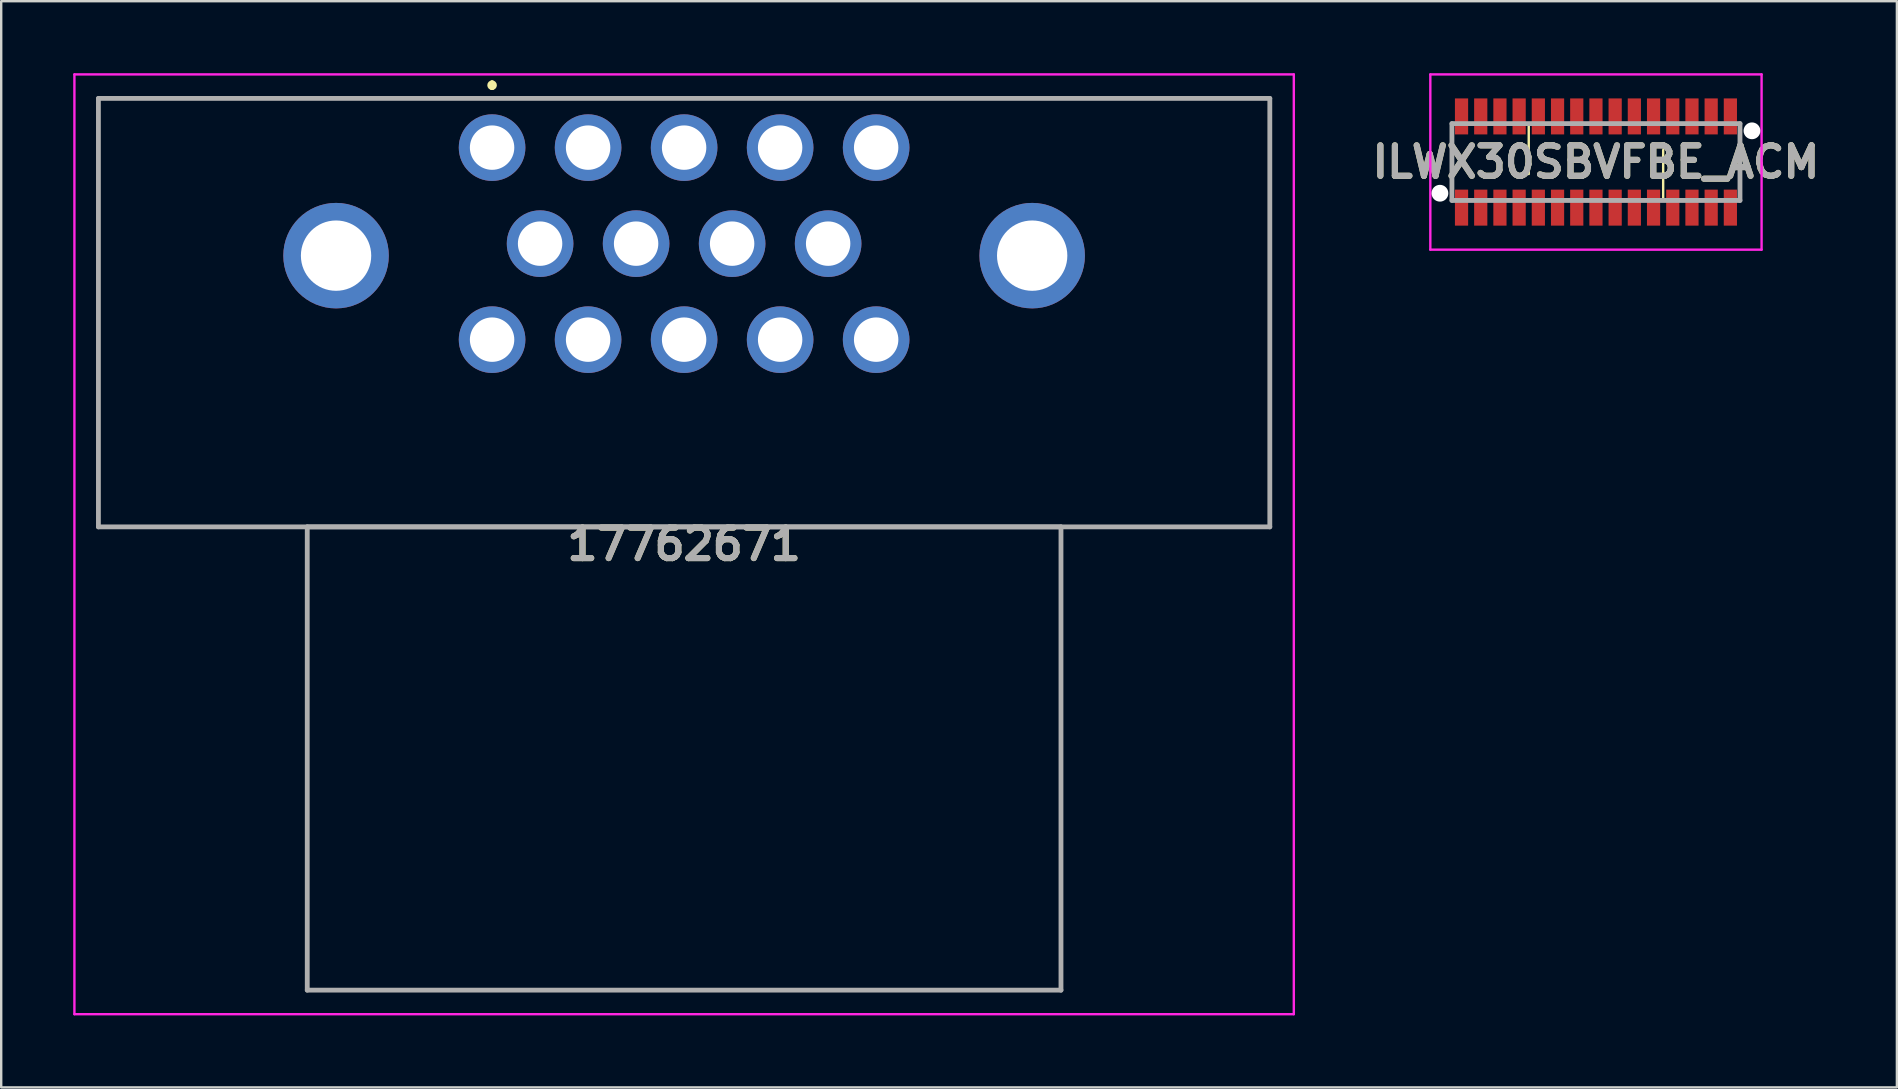
<source format=kicad_pcb>
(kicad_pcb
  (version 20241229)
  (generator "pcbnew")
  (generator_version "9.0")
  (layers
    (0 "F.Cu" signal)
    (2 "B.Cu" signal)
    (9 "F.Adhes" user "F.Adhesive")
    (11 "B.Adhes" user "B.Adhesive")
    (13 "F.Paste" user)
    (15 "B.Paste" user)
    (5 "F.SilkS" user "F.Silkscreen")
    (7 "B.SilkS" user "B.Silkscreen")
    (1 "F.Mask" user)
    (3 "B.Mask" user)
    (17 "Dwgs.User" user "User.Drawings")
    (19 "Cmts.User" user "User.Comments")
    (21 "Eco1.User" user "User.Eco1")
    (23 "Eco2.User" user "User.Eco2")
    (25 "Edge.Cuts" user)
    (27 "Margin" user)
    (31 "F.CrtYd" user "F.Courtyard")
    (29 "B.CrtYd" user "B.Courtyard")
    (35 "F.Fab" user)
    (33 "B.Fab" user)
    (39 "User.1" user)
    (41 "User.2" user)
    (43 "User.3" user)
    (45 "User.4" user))
  (footprint "17762671"
    (layer "F.Cu")
    (at 17.45 3.1)
    (property "Reference" "17762671" (at 8 16.525 0) (layer "F.SilkS") (effects (font (size 1.27 1.27) (thickness 0.254))))
    (attr through_hole)
    (fp_line (start -16.4 -2.05) (end 32.4 -2.05) (stroke (width 0.1) (type solid)) (layer "F.SilkS"))
    (fp_line (start -16.4 15.8) (end -16.4 -2.05) (stroke (width 0.1) (type solid)) (layer "F.SilkS"))
    (fp_line (start 0 -2.7) (end 0 -2.7) (stroke (width 0.2) (type solid)) (layer "F.SilkS"))
    (fp_line (start 0 -2.5) (end 0 -2.5) (stroke (width 0.2) (type solid)) (layer "F.SilkS"))
    (fp_line (start 32.4 -2.05) (end 32.4 15.8) (stroke (width 0.1) (type solid)) (layer "F.SilkS"))
    (fp_line (start 32.4 15.8) (end -16.4 15.8) (stroke (width 0.1) (type solid)) (layer "F.SilkS"))
    (fp_arc (start 0 -2.7) (mid 0.1 -2.6) (end 0 -2.5) (stroke (width 0.2) (type solid)) (layer "F.SilkS"))
    (fp_arc (start 0 -2.5) (mid -0.1 -2.6) (end 0 -2.7) (stroke (width 0.2) (type solid)) (layer "F.SilkS"))
    (fp_line (start -17.4 -3.05) (end 33.4 -3.05) (stroke (width 0.1) (type solid)) (layer "F.CrtYd"))
    (fp_line (start -17.4 36.1) (end -17.4 -3.05) (stroke (width 0.1) (type solid)) (layer "F.CrtYd"))
    (fp_line (start 33.4 -3.05) (end 33.4 36.1) (stroke (width 0.1) (type solid)) (layer "F.CrtYd"))
    (fp_line (start 33.4 36.1) (end -17.4 36.1) (stroke (width 0.1) (type solid)) (layer "F.CrtYd"))
    (fp_line (start -16.4 -2.05) (end 32.4 -2.05) (stroke (width 0.2) (type solid)) (layer "F.Fab"))
    (fp_line (start -16.4 15.8) (end -16.4 -2.05) (stroke (width 0.2) (type solid)) (layer "F.Fab"))
    (fp_line (start -7.7 15.8) (end 23.7 15.8) (stroke (width 0.2) (type solid)) (layer "F.Fab"))
    (fp_line (start -7.7 35.1) (end -7.7 15.8) (stroke (width 0.2) (type solid)) (layer "F.Fab"))
    (fp_line (start 23.7 15.8) (end 23.7 35.1) (stroke (width 0.2) (type solid)) (layer "F.Fab"))
    (fp_line (start 23.7 35.1) (end -7.7 35.1) (stroke (width 0.2) (type solid)) (layer "F.Fab"))
    (fp_line (start 32.4 -2.05) (end 32.4 15.8) (stroke (width 0.2) (type solid)) (layer "F.Fab"))
    (fp_line (start 32.4 15.8) (end -16.4 15.8) (stroke (width 0.2) (type solid)) (layer "F.Fab"))
    (fp_text user "${REFERENCE}" (at 8 16.525 0) (layer "F.Fab") (effects (font (size 1.27 1.27) (thickness 0.254))))
    (pad "1" thru_hole circle (at 0 0) (size 2.775 2.775) (drill 1.85) (layers "*.Cu" "*.Mask"))
    (pad "2" thru_hole circle (at 4 0) (size 2.775 2.775) (drill 1.85) (layers "*.Cu" "*.Mask"))
    (pad "3" thru_hole circle (at 8 0) (size 2.775 2.775) (drill 1.85) (layers "*.Cu" "*.Mask"))
    (pad "4" thru_hole circle (at 12 0) (size 2.775 2.775) (drill 1.85) (layers "*.Cu" "*.Mask"))
    (pad "5" thru_hole circle (at 16 0) (size 2.775 2.775) (drill 1.85) (layers "*.Cu" "*.Mask"))
    (pad "6" thru_hole circle (at 2 4) (size 2.775 2.775) (drill 1.85) (layers "*.Cu" "*.Mask"))
    (pad "7" thru_hole circle (at 6 4) (size 2.775 2.775) (drill 1.85) (layers "*.Cu" "*.Mask"))
    (pad "8" thru_hole circle (at 10 4) (size 2.775 2.775) (drill 1.85) (layers "*.Cu" "*.Mask"))
    (pad "9" thru_hole circle (at 14 4) (size 2.775 2.775) (drill 1.85) (layers "*.Cu" "*.Mask"))
    (pad "10" thru_hole circle (at 0 8) (size 2.775 2.775) (drill 1.85) (layers "*.Cu" "*.Mask"))
    (pad "11" thru_hole circle (at 4 8) (size 2.775 2.775) (drill 1.85) (layers "*.Cu" "*.Mask"))
    (pad "12" thru_hole circle (at 8 8) (size 2.775 2.775) (drill 1.85) (layers "*.Cu" "*.Mask"))
    (pad "13" thru_hole circle (at 12 8) (size 2.775 2.775) (drill 1.85) (layers "*.Cu" "*.Mask"))
    (pad "14" thru_hole circle (at 16 8) (size 2.775 2.775) (drill 1.85) (layers "*.Cu" "*.Mask"))
    (pad "MH1" thru_hole circle (at -6.5 4.5) (size 4.395 4.395) (drill 2.93) (layers "*.Cu" "*.Mask"))
    (pad "MH2" thru_hole circle (at 22.5 4.5) (size 4.395 4.395) (drill 2.93) (layers "*.Cu" "*.Mask")))
  (footprint "ILWX30SBVFBE_ACM"
    (layer "F.Cu")
    (at 63.437 3.7)
    (property "Reference" "ILWX30SBVFBE_ACM" (at 0 0 180) (layer "F.SilkS") (effects (font (size 1.27 1.27) (thickness 0.254))))
    (attr through_hole)
    (fp_line (start -2.8 -1.6) (end -2.8 0.5) (stroke (width 0.1) (type solid)) (layer "F.SilkS"))
    (fp_line (start -2 -1.6) (end -2.8 -1.6) (stroke (width 0.1) (type solid)) (layer "F.SilkS"))
    (fp_line (start 2.8 -0.5) (end 2.8 1.6) (stroke (width 0.1) (type solid)) (layer "F.SilkS"))
    (fp_line (start 2.8 1.6) (end 2 1.6) (stroke (width 0.1) (type solid)) (layer "F.SilkS"))
    (fp_line (start -6.9 -3.65) (end 6.9 -3.65) (stroke (width 0.1) (type solid)) (layer "F.CrtYd"))
    (fp_line (start -6.9 3.65) (end -6.9 -3.65) (stroke (width 0.1) (type solid)) (layer "F.CrtYd"))
    (fp_line (start 6.9 -3.65) (end 6.9 3.65) (stroke (width 0.1) (type solid)) (layer "F.CrtYd"))
    (fp_line (start 6.9 3.65) (end -6.9 3.65) (stroke (width 0.1) (type solid)) (layer "F.CrtYd"))
    (fp_line (start -6 -1.6) (end 6 -1.6) (stroke (width 0.2) (type solid)) (layer "F.Fab"))
    (fp_line (start -6 1.6) (end -6 -1.6) (stroke (width 0.2) (type solid)) (layer "F.Fab"))
    (fp_line (start 6 -1.6) (end 6 1.6) (stroke (width 0.2) (type solid)) (layer "F.Fab"))
    (fp_line (start 6 1.6) (end -6 1.6) (stroke (width 0.2) (type solid)) (layer "F.Fab"))
    (fp_text user "${REFERENCE}" (at 0 0 180) (layer "F.Fab") (effects (font (size 1.27 1.27) (thickness 0.254))))
    (pad "" np_thru_hole circle (at -6.5 1.3) (size 0.7 0.7) (drill 0.7) (layers "*.Cu" "*.Mask"))
    (pad "" np_thru_hole circle (at 6.5 -1.3) (size 0.7 0.7) (drill 0.7) (layers "*.Cu" "*.Mask"))
    (pad "1" smd rect (at -5.6 1.9) (size 0.55 1.5) (layers "F.Cu" "F.Mask" "F.Paste"))
    (pad "2" smd rect (at -5.6 -1.9) (size 0.55 1.5) (layers "F.Cu" "F.Mask" "F.Paste"))
    (pad "3" smd rect (at -4.8 1.9) (size 0.55 1.5) (layers "F.Cu" "F.Mask" "F.Paste"))
    (pad "4" smd rect (at -4.8 -1.9) (size 0.55 1.5) (layers "F.Cu" "F.Mask" "F.Paste"))
    (pad "5" smd rect (at -4 1.9) (size 0.55 1.5) (layers "F.Cu" "F.Mask" "F.Paste"))
    (pad "6" smd rect (at -4 -1.9) (size 0.55 1.5) (layers "F.Cu" "F.Mask" "F.Paste"))
    (pad "7" smd rect (at -3.2 1.9) (size 0.55 1.5) (layers "F.Cu" "F.Mask" "F.Paste"))
    (pad "8" smd rect (at -3.2 -1.9) (size 0.55 1.5) (layers "F.Cu" "F.Mask" "F.Paste"))
    (pad "9" smd rect (at -2.4 1.9) (size 0.55 1.5) (layers "F.Cu" "F.Mask" "F.Paste"))
    (pad "10" smd rect (at -2.4 -1.9) (size 0.55 1.5) (layers "F.Cu" "F.Mask" "F.Paste"))
    (pad "11" smd rect (at -1.6 1.9) (size 0.55 1.5) (layers "F.Cu" "F.Mask" "F.Paste"))
    (pad "12" smd rect (at -1.6 -1.9) (size 0.55 1.5) (layers "F.Cu" "F.Mask" "F.Paste"))
    (pad "13" smd rect (at -0.8 1.9) (size 0.55 1.5) (layers "F.Cu" "F.Mask" "F.Paste"))
    (pad "14" smd rect (at -0.8 -1.9) (size 0.55 1.5) (layers "F.Cu" "F.Mask" "F.Paste"))
    (pad "15" smd rect (at 0 1.9) (size 0.55 1.5) (layers "F.Cu" "F.Mask" "F.Paste"))
    (pad "16" smd rect (at 0 -1.9) (size 0.55 1.5) (layers "F.Cu" "F.Mask" "F.Paste"))
    (pad "17" smd rect (at 0.8 1.9) (size 0.55 1.5) (layers "F.Cu" "F.Mask" "F.Paste"))
    (pad "18" smd rect (at 0.8 -1.9) (size 0.55 1.5) (layers "F.Cu" "F.Mask" "F.Paste"))
    (pad "19" smd rect (at 1.6 1.9) (size 0.55 1.5) (layers "F.Cu" "F.Mask" "F.Paste"))
    (pad "20" smd rect (at 1.6 -1.9) (size 0.55 1.5) (layers "F.Cu" "F.Mask" "F.Paste"))
    (pad "21" smd rect (at 2.4 1.9) (size 0.55 1.5) (layers "F.Cu" "F.Mask" "F.Paste"))
    (pad "22" smd rect (at 2.4 -1.9) (size 0.55 1.5) (layers "F.Cu" "F.Mask" "F.Paste"))
    (pad "23" smd rect (at 3.2 1.9) (size 0.55 1.5) (layers "F.Cu" "F.Mask" "F.Paste"))
    (pad "24" smd rect (at 3.2 -1.9) (size 0.55 1.5) (layers "F.Cu" "F.Mask" "F.Paste"))
    (pad "25" smd rect (at 4 1.9) (size 0.55 1.5) (layers "F.Cu" "F.Mask" "F.Paste"))
    (pad "26" smd rect (at 4 -1.9) (size 0.55 1.5) (layers "F.Cu" "F.Mask" "F.Paste"))
    (pad "27" smd rect (at 4.8 1.9) (size 0.55 1.5) (layers "F.Cu" "F.Mask" "F.Paste"))
    (pad "28" smd rect (at 4.8 -1.9) (size 0.55 1.5) (layers "F.Cu" "F.Mask" "F.Paste"))
    (pad "29" smd rect (at 5.6 1.9) (size 0.55 1.5) (layers "F.Cu" "F.Mask" "F.Paste"))
    (pad "30" smd rect (at 5.6 -1.9) (size 0.55 1.5) (layers "F.Cu" "F.Mask" "F.Paste")))
  (gr_rect
    (start -3 -3)
    (end 75.974 42.25)
    (stroke (width 0.1) (type default))
    (fill no)
    (layer "Edge.Cuts")))
</source>
